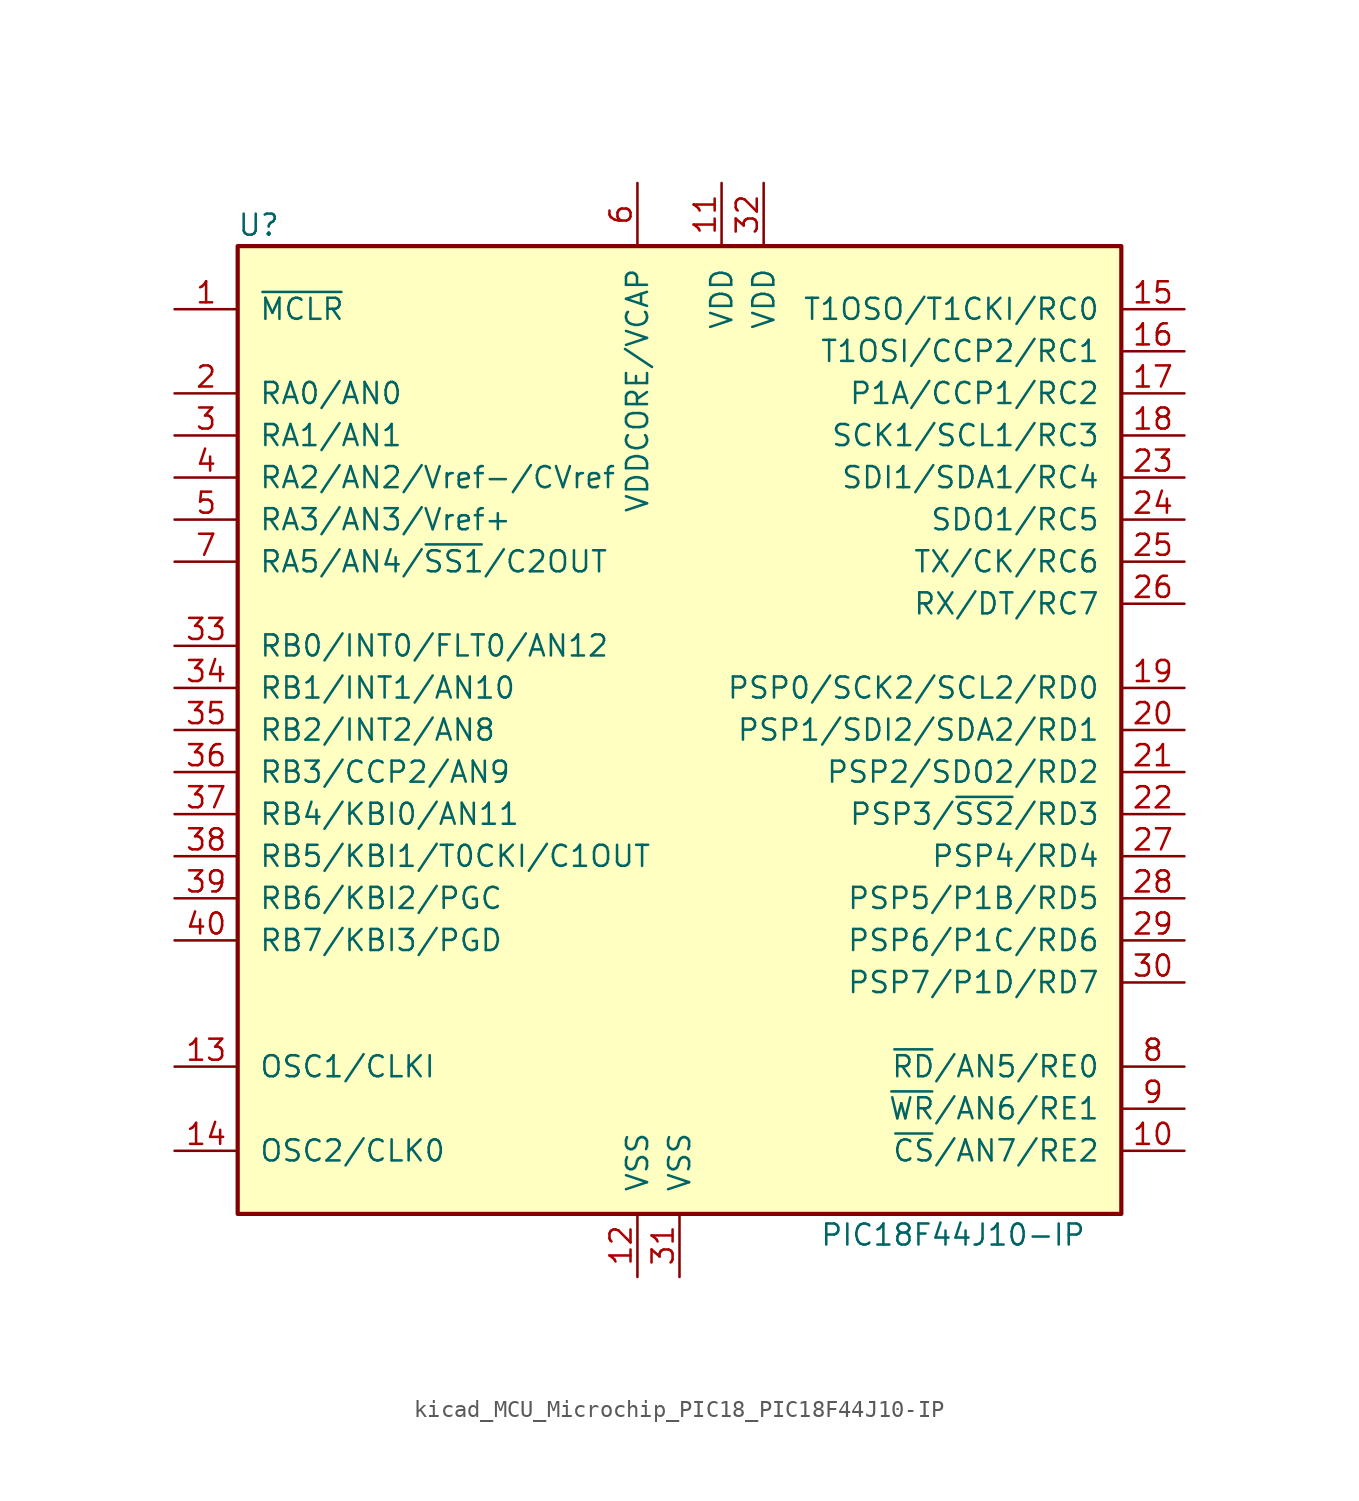
<source format=kicad_sym>
(kicad_symbol_lib
  (version 20220914)
  (generator kicad_symbol_editor)
  (symbol "kicad_MCU_Microchip_PIC18_PIC18F44J10-IP"
    (pin_names
      (offset 1.27))
    (property "Reference" "U"
      (at -25.4 30.48 0)
      (effects (font (size 1.27 1.27))))
    (property "Value" "PIC18F44J10-IP"
      (at 16.51 -30.48 0)
      (effects (font (size 1.27 1.27))))
    (symbol "kicad_MCU_Microchip_PIC18_PIC18F44J10-IP_0_0"
      (rectangle (start -26.67 -29.21) (end 26.67 29.21) (stroke (width 0.254) (type default)) (fill (type background))))
    (symbol "kicad_MCU_Microchip_PIC18_PIC18F44J10-IP_1_1"
      (pin input line (at -30.48 25.4 0) (length 3.81) (name "~{MCLR}" (effects (font (size 1.27 1.27)))) (number "1" (effects (font (size 1.27 1.27)))))
      (pin tri_state line (at 30.48 -25.4 180) (length 3.81) (name "~{CS}/AN7/RE2" (effects (font (size 1.27 1.27)))) (number "10" (effects (font (size 1.27 1.27)))))
      (pin power_in line (at 2.54 33.02 270) (length 3.81) (name "VDD" (effects (font (size 1.27 1.27)))) (number "11" (effects (font (size 1.27 1.27)))))
      (pin power_in line (at -2.54 -33.02 90) (length 3.81) (name "VSS" (effects (font (size 1.27 1.27)))) (number "12" (effects (font (size 1.27 1.27)))))
      (pin input line (at -30.48 -20.32 0) (length 3.81) (name "OSC1/CLKI" (effects (font (size 1.27 1.27)))) (number "13" (effects (font (size 1.27 1.27)))))
      (pin output line (at -30.48 -25.4 0) (length 3.81) (name "OSC2/CLK0" (effects (font (size 1.27 1.27)))) (number "14" (effects (font (size 1.27 1.27)))))
      (pin tri_state line (at 30.48 25.4 180) (length 3.81) (name "T1OSO/T1CKI/RC0" (effects (font (size 1.27 1.27)))) (number "15" (effects (font (size 1.27 1.27)))))
      (pin tri_state line (at 30.48 22.86 180) (length 3.81) (name "T1OSI/CCP2/RC1" (effects (font (size 1.27 1.27)))) (number "16" (effects (font (size 1.27 1.27)))))
      (pin tri_state line (at 30.48 20.32 180) (length 3.81) (name "P1A/CCP1/RC2" (effects (font (size 1.27 1.27)))) (number "17" (effects (font (size 1.27 1.27)))))
      (pin tri_state line (at 30.48 17.78 180) (length 3.81) (name "SCK1/SCL1/RC3" (effects (font (size 1.27 1.27)))) (number "18" (effects (font (size 1.27 1.27)))))
      (pin tri_state line (at 30.48 2.54 180) (length 3.81) (name "PSP0/SCK2/SCL2/RD0" (effects (font (size 1.27 1.27)))) (number "19" (effects (font (size 1.27 1.27)))))
      (pin tri_state line (at -30.48 20.32 0) (length 3.81) (name "RA0/AN0" (effects (font (size 1.27 1.27)))) (number "2" (effects (font (size 1.27 1.27)))))
      (pin tri_state line (at 30.48 0 180) (length 3.81) (name "PSP1/SDI2/SDA2/RD1" (effects (font (size 1.27 1.27)))) (number "20" (effects (font (size 1.27 1.27)))))
      (pin tri_state line (at 30.48 -2.54 180) (length 3.81) (name "PSP2/SDO2/RD2" (effects (font (size 1.27 1.27)))) (number "21" (effects (font (size 1.27 1.27)))))
      (pin tri_state line (at 30.48 -5.08 180) (length 3.81) (name "PSP3/~{SS2}/RD3" (effects (font (size 1.27 1.27)))) (number "22" (effects (font (size 1.27 1.27)))))
      (pin tri_state line (at 30.48 15.24 180) (length 3.81) (name "SDI1/SDA1/RC4" (effects (font (size 1.27 1.27)))) (number "23" (effects (font (size 1.27 1.27)))))
      (pin tri_state line (at 30.48 12.7 180) (length 3.81) (name "SDO1/RC5" (effects (font (size 1.27 1.27)))) (number "24" (effects (font (size 1.27 1.27)))))
      (pin tri_state line (at 30.48 10.16 180) (length 3.81) (name "TX/CK/RC6" (effects (font (size 1.27 1.27)))) (number "25" (effects (font (size 1.27 1.27)))))
      (pin tri_state line (at 30.48 7.62 180) (length 3.81) (name "RX/DT/RC7" (effects (font (size 1.27 1.27)))) (number "26" (effects (font (size 1.27 1.27)))))
      (pin tri_state line (at 30.48 -7.62 180) (length 3.81) (name "PSP4/RD4" (effects (font (size 1.27 1.27)))) (number "27" (effects (font (size 1.27 1.27)))))
      (pin tri_state line (at 30.48 -10.16 180) (length 3.81) (name "PSP5/P1B/RD5" (effects (font (size 1.27 1.27)))) (number "28" (effects (font (size 1.27 1.27)))))
      (pin tri_state line (at 30.48 -12.7 180) (length 3.81) (name "PSP6/P1C/RD6" (effects (font (size 1.27 1.27)))) (number "29" (effects (font (size 1.27 1.27)))))
      (pin tri_state line (at -30.48 17.78 0) (length 3.81) (name "RA1/AN1" (effects (font (size 1.27 1.27)))) (number "3" (effects (font (size 1.27 1.27)))))
      (pin tri_state line (at 30.48 -15.24 180) (length 3.81) (name "PSP7/P1D/RD7" (effects (font (size 1.27 1.27)))) (number "30" (effects (font (size 1.27 1.27)))))
      (pin power_in line (at 0 -33.02 90) (length 3.81) (name "VSS" (effects (font (size 1.27 1.27)))) (number "31" (effects (font (size 1.27 1.27)))))
      (pin power_in line (at 5.08 33.02 270) (length 3.81) (name "VDD" (effects (font (size 1.27 1.27)))) (number "32" (effects (font (size 1.27 1.27)))))
      (pin tri_state line (at -30.48 5.08 0) (length 3.81) (name "RB0/INT0/FLT0/AN12" (effects (font (size 1.27 1.27)))) (number "33" (effects (font (size 1.27 1.27)))))
      (pin tri_state line (at -30.48 2.54 0) (length 3.81) (name "RB1/INT1/AN10" (effects (font (size 1.27 1.27)))) (number "34" (effects (font (size 1.27 1.27)))))
      (pin tri_state line (at -30.48 0 0) (length 3.81) (name "RB2/INT2/AN8" (effects (font (size 1.27 1.27)))) (number "35" (effects (font (size 1.27 1.27)))))
      (pin tri_state line (at -30.48 -2.54 0) (length 3.81) (name "RB3/CCP2/AN9" (effects (font (size 1.27 1.27)))) (number "36" (effects (font (size 1.27 1.27)))))
      (pin tri_state line (at -30.48 -5.08 0) (length 3.81) (name "RB4/KBI0/AN11" (effects (font (size 1.27 1.27)))) (number "37" (effects (font (size 1.27 1.27)))))
      (pin tri_state line (at -30.48 -7.62 0) (length 3.81) (name "RB5/KBI1/T0CKI/C1OUT" (effects (font (size 1.27 1.27)))) (number "38" (effects (font (size 1.27 1.27)))))
      (pin tri_state line (at -30.48 -10.16 0) (length 3.81) (name "RB6/KBI2/PGC" (effects (font (size 1.27 1.27)))) (number "39" (effects (font (size 1.27 1.27)))))
      (pin tri_state line (at -30.48 15.24 0) (length 3.81) (name "RA2/AN2/Vref-/CVref" (effects (font (size 1.27 1.27)))) (number "4" (effects (font (size 1.27 1.27)))))
      (pin tri_state line (at -30.48 -12.7 0) (length 3.81) (name "RB7/KBI3/PGD" (effects (font (size 1.27 1.27)))) (number "40" (effects (font (size 1.27 1.27)))))
      (pin tri_state line (at -30.48 12.7 0) (length 3.81) (name "RA3/AN3/Vref+" (effects (font (size 1.27 1.27)))) (number "5" (effects (font (size 1.27 1.27)))))
      (pin passive line (at -2.54 33.02 270) (length 3.81) (name "VDDCORE/VCAP" (effects (font (size 1.27 1.27)))) (number "6" (effects (font (size 1.27 1.27)))))
      (pin tri_state line (at -30.48 10.16 0) (length 3.81) (name "RA5/AN4/~{SS1}/C2OUT" (effects (font (size 1.27 1.27)))) (number "7" (effects (font (size 1.27 1.27)))))
      (pin tri_state line (at 30.48 -20.32 180) (length 3.81) (name "~{RD}/AN5/RE0" (effects (font (size 1.27 1.27)))) (number "8" (effects (font (size 1.27 1.27)))))
      (pin tri_state line (at 30.48 -22.86 180) (length 3.81) (name "~{WR}/AN6/RE1" (effects (font (size 1.27 1.27)))) (number "9" (effects (font (size 1.27 1.27))))))))
</source>
